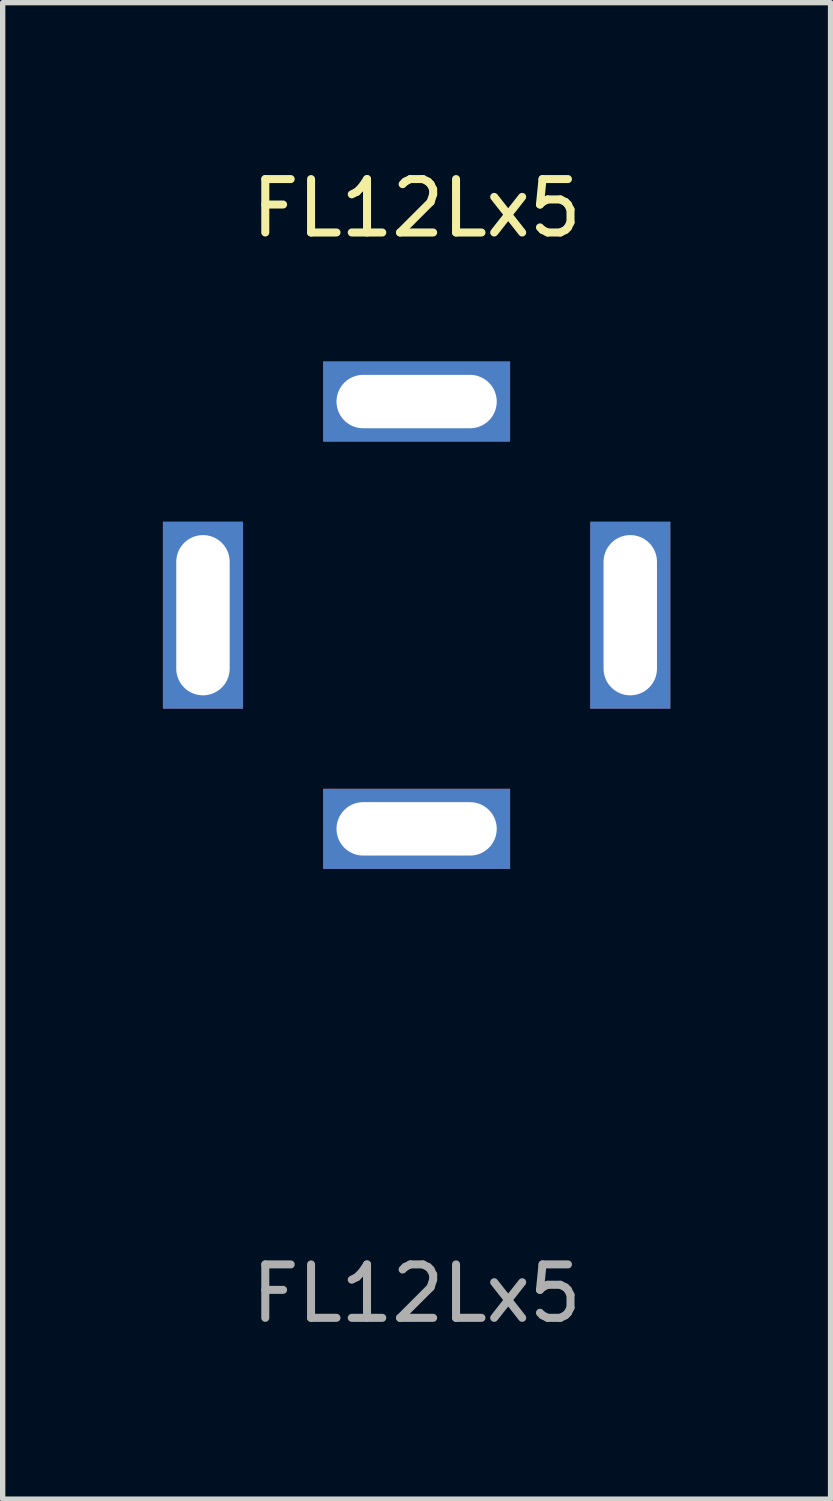
<source format=kicad_pcb>
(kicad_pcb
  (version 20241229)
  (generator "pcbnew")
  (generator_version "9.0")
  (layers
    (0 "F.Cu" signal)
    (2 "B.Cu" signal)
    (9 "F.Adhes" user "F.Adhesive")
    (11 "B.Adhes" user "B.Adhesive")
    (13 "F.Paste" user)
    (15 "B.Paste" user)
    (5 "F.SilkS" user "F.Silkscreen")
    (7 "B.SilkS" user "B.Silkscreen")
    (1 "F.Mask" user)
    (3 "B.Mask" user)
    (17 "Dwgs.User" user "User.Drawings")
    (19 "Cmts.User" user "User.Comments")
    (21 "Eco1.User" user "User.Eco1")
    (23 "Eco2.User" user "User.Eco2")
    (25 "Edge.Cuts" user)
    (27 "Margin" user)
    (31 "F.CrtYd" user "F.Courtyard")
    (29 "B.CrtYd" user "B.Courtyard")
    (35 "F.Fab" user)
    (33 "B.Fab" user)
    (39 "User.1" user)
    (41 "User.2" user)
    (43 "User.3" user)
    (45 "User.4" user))
  (footprint "FL12Lx5"
    (layer "F.Cu")
    (at 4.75 8.468)
    (property "Reference" "FL12Lx5" (at 0 -7.62 0) (unlocked yes) (layer "F.SilkS") (effects (font (size 1 1) (thickness 0.15))))
    (attr through_hole)
    (fp_text user "${REFERENCE}" (at 0 12.7 0) (unlocked yes) (layer "F.Fab") (effects (font (size 1 1) (thickness 0.15))))
    (pad "1" thru_hole rect (at -4 0 90) (size 3.5 1.5) (drill oval 3 1) (layers "*.Cu" "*.Mask"))
    (pad "2" thru_hole rect (at 4 0 90) (size 3.5 1.5) (drill oval 3 1) (layers "*.Cu" "*.Mask"))
    (pad "3" thru_hole rect (at 0 4 180) (size 3.5 1.5) (drill oval 3 1) (layers "*.Cu" "*.Mask"))
    (pad "4" thru_hole rect (at 0 -4 180) (size 3.5 1.5) (drill oval 3 1) (layers "*.Cu" "*.Mask")))
  (gr_rect
    (start -3 -3)
    (end 12.5 25.017)
    (stroke (width 0.1) (type default))
    (fill no)
    (layer "Edge.Cuts")))
</source>
